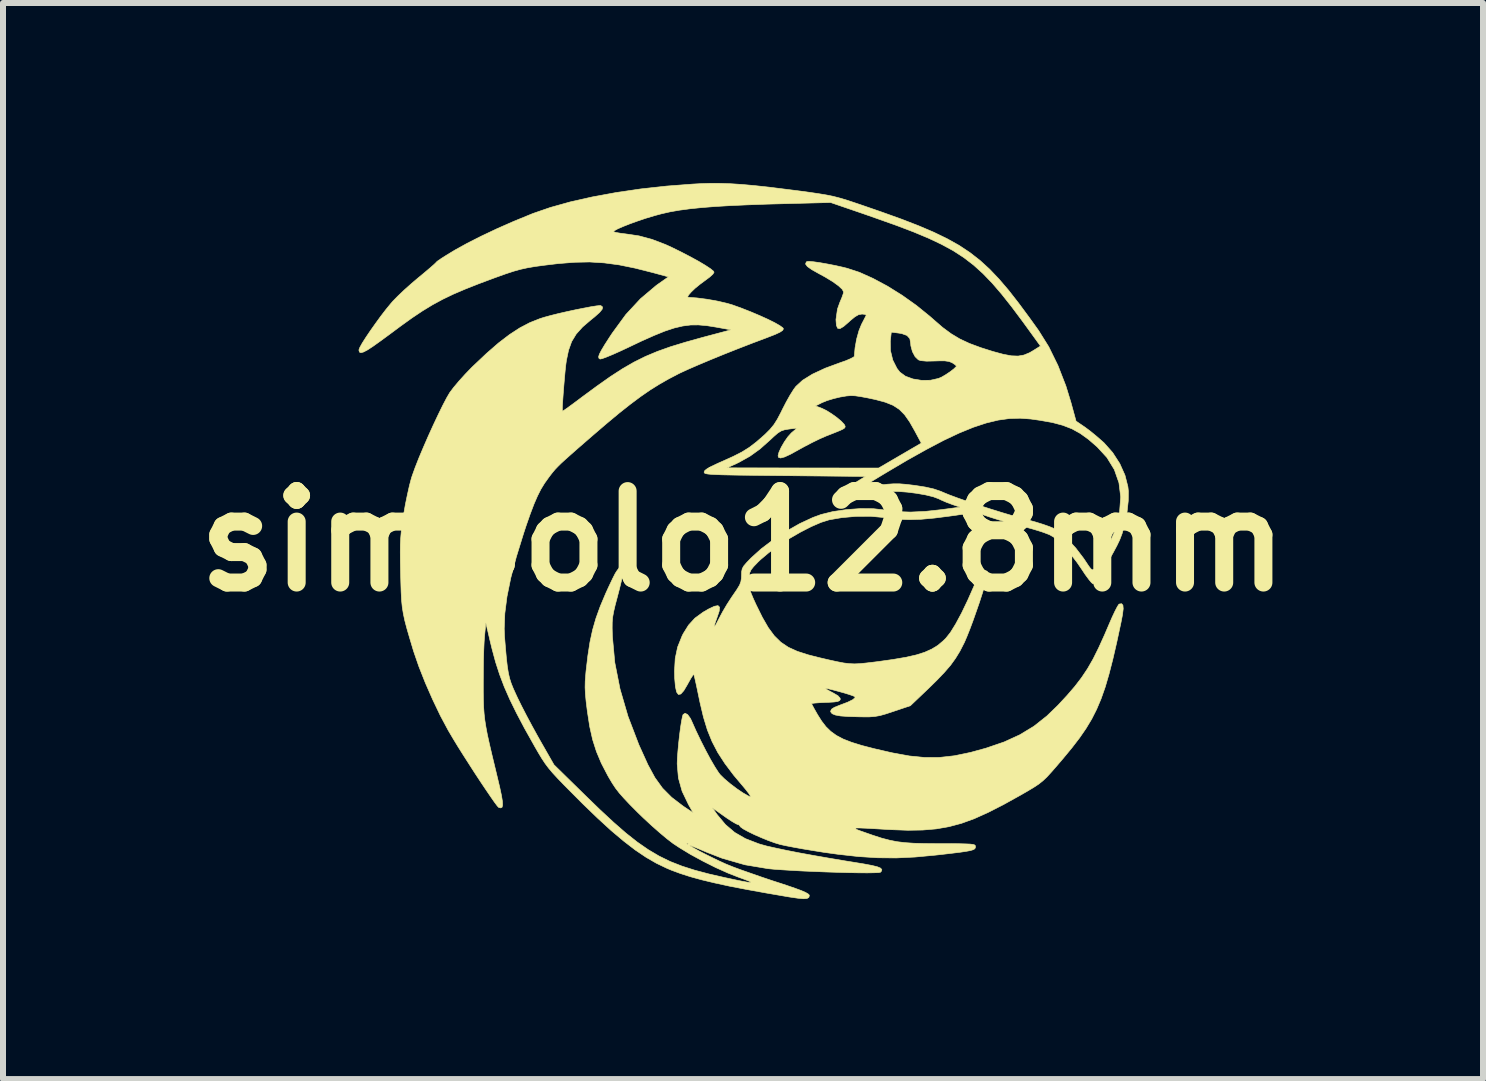
<source format=kicad_pcb>
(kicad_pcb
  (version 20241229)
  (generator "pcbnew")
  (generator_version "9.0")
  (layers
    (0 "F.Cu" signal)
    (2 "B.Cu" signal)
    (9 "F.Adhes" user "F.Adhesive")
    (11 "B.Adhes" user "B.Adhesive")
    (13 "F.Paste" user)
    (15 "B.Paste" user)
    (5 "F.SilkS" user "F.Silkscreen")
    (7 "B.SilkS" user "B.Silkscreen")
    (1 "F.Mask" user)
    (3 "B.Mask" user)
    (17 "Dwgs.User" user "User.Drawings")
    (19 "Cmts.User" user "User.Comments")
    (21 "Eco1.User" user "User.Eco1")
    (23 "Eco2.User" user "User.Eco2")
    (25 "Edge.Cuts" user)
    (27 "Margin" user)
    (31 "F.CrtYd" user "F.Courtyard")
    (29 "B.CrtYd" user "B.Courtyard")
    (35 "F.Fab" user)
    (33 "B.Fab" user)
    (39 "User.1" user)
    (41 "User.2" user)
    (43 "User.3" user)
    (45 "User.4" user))
  (footprint "simbolo12.8mm"
    (layer "F.Cu")
    (at 9.333 5.969)
    (property "Reference" "simbolo12.8mm" (at 0 0 0) (layer "F.SilkS") (effects (font (size 1.524 1.524) (thickness 0.3))))
    (attr through_hole)
    (fp_poly (pts (xy -0.376 -5.963) (xy -0.206 -5.957) (xy -0.019 -5.945) (xy 0.191 -5.926) (xy 0.433 -5.9) (xy 0.713 -5.865) (xy 0.912 -5.84) (xy 1.106 -5.814) (xy 1.261 -5.791) (xy 1.388 -5.77) (xy 1.498 -5.748) (xy 1.603 -5.721) (xy 1.713 -5.689) (xy 1.84 -5.647) (xy 1.953 -5.609) (xy 2.32 -5.482) (xy 2.643 -5.366) (xy 2.927 -5.256) (xy 3.178 -5.149) (xy 3.401 -5.041) (xy 3.6 -4.93) (xy 3.781 -4.81) (xy 3.949 -4.679) (xy 4.109 -4.533) (xy 4.266 -4.368) (xy 4.426 -4.181) (xy 4.593 -3.967) (xy 4.772 -3.725) (xy 4.925 -3.512) (xy 5.095 -3.24) (xy 5.248 -2.928) (xy 5.381 -2.586) (xy 5.464 -2.315) (xy 5.55 -2.001) (xy 5.698 -1.9) (xy 5.788 -1.833) (xy 5.894 -1.746) (xy 5.996 -1.657) (xy 6.017 -1.638) (xy 6.159 -1.478) (xy 6.278 -1.294) (xy 6.365 -1.1) (xy 6.414 -0.908) (xy 6.422 -0.834) (xy 6.42 -0.672) (xy 6.4 -0.487) (xy 6.364 -0.3) (xy 6.318 -0.128) (xy 6.277 -0.021) (xy 6.23 0.077) (xy 6.17 0.189) (xy 6.103 0.309) (xy 6.034 0.426) (xy 5.968 0.533) (xy 5.909 0.622) (xy 5.863 0.684) (xy 5.836 0.711) (xy 5.833 0.711) (xy 5.807 0.691) (xy 5.762 0.636) (xy 5.703 0.556) (xy 5.65 0.476) (xy 5.567 0.355) (xy 5.47 0.229) (xy 5.375 0.117) (xy 5.334 0.074) (xy 5.248 -0.011) (xy 5.177 -0.068) (xy 5.105 -0.109) (xy 5.013 -0.144) (xy 4.966 -0.16) (xy 4.836 -0.2) (xy 4.688 -0.241) (xy 4.552 -0.276) (xy 4.547 -0.277) (xy 4.415 -0.311) (xy 4.265 -0.354) (xy 4.126 -0.398) (xy 4.107 -0.404) (xy 3.883 -0.48) (xy 3.446 -0.418) (xy 3.188 -0.385) (xy 2.968 -0.365) (xy 2.773 -0.359) (xy 2.592 -0.365) (xy 2.414 -0.383) (xy 2.338 -0.395) (xy 2.125 -0.415) (xy 1.887 -0.414) (xy 1.643 -0.392) (xy 1.435 -0.356) (xy 1.299 -0.313) (xy 1.135 -0.242) (xy 0.956 -0.15) (xy 0.771 -0.043) (xy 0.592 0.073) (xy 0.429 0.192) (xy 0.292 0.307) (xy 0.249 0.348) (xy 0.177 0.423) (xy 0.134 0.477) (xy 0.112 0.525) (xy 0.103 0.583) (xy 0.1 0.648) (xy 0.101 0.723) (xy 0.11 0.791) (xy 0.133 0.865) (xy 0.172 0.959) (xy 0.215 1.053) (xy 0.321 1.268) (xy 0.42 1.44) (xy 0.521 1.577) (xy 0.63 1.684) (xy 0.755 1.768) (xy 0.905 1.836) (xy 1.086 1.894) (xy 1.257 1.938) (xy 1.433 1.979) (xy 1.57 2.009) (xy 1.679 2.03) (xy 1.771 2.041) (xy 1.857 2.045) (xy 1.949 2.041) (xy 2.056 2.03) (xy 2.191 2.014) (xy 2.248 2.007) (xy 2.503 1.971) (xy 2.713 1.935) (xy 2.886 1.896) (xy 3.028 1.851) (xy 3.146 1.798) (xy 3.247 1.736) (xy 3.337 1.66) (xy 3.379 1.619) (xy 3.456 1.522) (xy 3.544 1.38) (xy 3.642 1.198) (xy 3.747 0.979) (xy 3.837 0.775) (xy 3.892 0.649) (xy 3.934 0.565) (xy 3.968 0.514) (xy 3.997 0.491) (xy 4.01 0.487) (xy 4.061 0.497) (xy 4.079 0.518) (xy 4.077 0.556) (xy 4.059 0.633) (xy 4.028 0.741) (xy 3.987 0.873) (xy 3.94 1.019) (xy 3.887 1.171) (xy 3.834 1.322) (xy 3.781 1.464) (xy 3.732 1.587) (xy 3.69 1.685) (xy 3.683 1.699) (xy 3.614 1.834) (xy 3.541 1.953) (xy 3.458 2.068) (xy 3.356 2.186) (xy 3.229 2.319) (xy 3.087 2.458) (xy 2.789 2.742) (xy 2.506 2.837) (xy 2.379 2.879) (xy 2.283 2.906) (xy 2.198 2.921) (xy 2.108 2.928) (xy 1.994 2.928) (xy 1.93 2.927) (xy 1.756 2.922) (xy 1.626 2.913) (xy 1.538 2.897) (xy 1.485 2.875) (xy 1.462 2.846) (xy 1.46 2.833) (xy 1.475 2.8) (xy 1.524 2.768) (xy 1.613 2.733) (xy 1.745 2.683) (xy 1.83 2.641) (xy 1.867 2.608) (xy 1.863 2.591) (xy 1.833 2.577) (xy 1.769 2.555) (xy 1.684 2.529) (xy 1.59 2.503) (xy 1.5 2.479) (xy 1.426 2.461) (xy 1.38 2.452) (xy 1.372 2.453) (xy 1.392 2.469) (xy 1.446 2.5) (xy 1.5 2.528) (xy 1.582 2.576) (xy 1.618 2.617) (xy 1.621 2.636) (xy 1.609 2.657) (xy 1.578 2.671) (xy 1.518 2.68) (xy 1.419 2.686) (xy 1.378 2.687) (xy 1.276 2.692) (xy 1.196 2.698) (xy 1.15 2.704) (xy 1.143 2.708) (xy 1.155 2.735) (xy 1.187 2.794) (xy 1.232 2.873) (xy 1.242 2.891) (xy 1.311 3) (xy 1.382 3.092) (xy 1.462 3.17) (xy 1.556 3.238) (xy 1.67 3.298) (xy 1.809 3.352) (xy 1.98 3.405) (xy 2.189 3.459) (xy 2.441 3.517) (xy 2.5 3.53) (xy 2.775 3.58) (xy 3.028 3.605) (xy 3.274 3.604) (xy 3.525 3.576) (xy 3.793 3.52) (xy 4.051 3.449) (xy 4.352 3.346) (xy 4.614 3.226) (xy 4.848 3.084) (xy 5.064 2.913) (xy 5.247 2.736) (xy 5.401 2.57) (xy 5.531 2.419) (xy 5.642 2.274) (xy 5.741 2.126) (xy 5.834 1.964) (xy 5.926 1.779) (xy 6.024 1.563) (xy 6.099 1.388) (xy 6.151 1.268) (xy 6.199 1.166) (xy 6.238 1.091) (xy 6.264 1.051) (xy 6.269 1.048) (xy 6.309 1.042) (xy 6.331 1.067) (xy 6.336 1.126) (xy 6.324 1.225) (xy 6.3 1.35) (xy 6.229 1.681) (xy 6.163 1.967) (xy 6.099 2.216) (xy 6.035 2.434) (xy 5.967 2.627) (xy 5.893 2.802) (xy 5.811 2.964) (xy 5.716 3.122) (xy 5.607 3.28) (xy 5.48 3.445) (xy 5.333 3.623) (xy 5.227 3.747) (xy 5.136 3.851) (xy 5.063 3.931) (xy 4.996 3.994) (xy 4.927 4.049) (xy 4.842 4.105) (xy 4.733 4.17) (xy 4.62 4.235) (xy 4.337 4.392) (xy 4.084 4.521) (xy 3.855 4.624) (xy 3.641 4.702) (xy 3.431 4.758) (xy 3.219 4.795) (xy 2.994 4.814) (xy 2.749 4.818) (xy 2.475 4.808) (xy 2.384 4.803) (xy 2.195 4.792) (xy 2.053 4.784) (xy 1.954 4.78) (xy 1.893 4.78) (xy 1.868 4.785) (xy 1.875 4.795) (xy 1.908 4.811) (xy 1.965 4.832) (xy 1.994 4.842) (xy 2.165 4.902) (xy 2.31 4.949) (xy 2.44 4.983) (xy 2.565 5.008) (xy 2.696 5.024) (xy 2.844 5.034) (xy 3.02 5.039) (xy 3.235 5.041) (xy 3.264 5.041) (xy 3.455 5.041) (xy 3.602 5.042) (xy 3.709 5.045) (xy 3.784 5.048) (xy 3.832 5.054) (xy 3.859 5.062) (xy 3.871 5.074) (xy 3.873 5.089) (xy 3.873 5.092) (xy 3.871 5.112) (xy 3.86 5.128) (xy 3.835 5.142) (xy 3.79 5.156) (xy 3.72 5.169) (xy 3.619 5.184) (xy 3.481 5.201) (xy 3.301 5.222) (xy 3.2 5.233) (xy 2.867 5.264) (xy 2.552 5.279) (xy 2.243 5.276) (xy 1.925 5.256) (xy 1.583 5.218) (xy 1.344 5.185) (xy 1.171 5.157) (xy 1.001 5.129) (xy 0.846 5.101) (xy 0.716 5.076) (xy 0.625 5.056) (xy 0.62 5.055) (xy 0.527 5.027) (xy 0.417 4.987) (xy 0.3 4.939) (xy 0.186 4.889) (xy 0.084 4.839) (xy 0.005 4.796) (xy -0.042 4.762) (xy -0.051 4.749) (xy -0.071 4.726) (xy -0.083 4.724) (xy -0.116 4.71) (xy -0.18 4.673) (xy -0.263 4.619) (xy -0.314 4.583) (xy -0.513 4.442) (xy -0.429 4.56) (xy -0.292 4.724) (xy -0.139 4.854) (xy 0.041 4.958) (xy 0.259 5.042) (xy 0.291 5.052) (xy 0.395 5.081) (xy 0.542 5.114) (xy 0.726 5.153) (xy 0.94 5.195) (xy 1.176 5.238) (xy 1.428 5.282) (xy 1.689 5.326) (xy 1.838 5.35) (xy 2.015 5.379) (xy 2.147 5.404) (xy 2.237 5.426) (xy 2.291 5.448) (xy 2.313 5.472) (xy 2.307 5.498) (xy 2.291 5.517) (xy 2.259 5.523) (xy 2.184 5.526) (xy 2.071 5.528) (xy 1.928 5.527) (xy 1.762 5.524) (xy 1.579 5.519) (xy 1.386 5.513) (xy 1.19 5.505) (xy 0.998 5.497) (xy 0.817 5.487) (xy 0.653 5.477) (xy 0.513 5.467) (xy 0.419 5.458) (xy 0.031 5.393) (xy -0.348 5.284) (xy -0.6 5.186) (xy -0.71 5.139) (xy -0.8 5.102) (xy -0.863 5.077) (xy -0.889 5.069) (xy -0.889 5.069) (xy -0.868 5.087) (xy -0.809 5.121) (xy -0.724 5.168) (xy -0.62 5.221) (xy -0.507 5.277) (xy -0.395 5.331) (xy -0.292 5.378) (xy -0.241 5.399) (xy -0.148 5.436) (xy -0.017 5.484) (xy 0.14 5.539) (xy 0.312 5.599) (xy 0.49 5.659) (xy 0.546 5.677) (xy 0.729 5.737) (xy 0.868 5.785) (xy 0.969 5.822) (xy 1.038 5.852) (xy 1.08 5.875) (xy 1.101 5.894) (xy 1.105 5.908) (xy 1.096 5.938) (xy 1.065 5.955) (xy 1.006 5.959) (xy 0.911 5.95) (xy 0.774 5.93) (xy 0.762 5.928) (xy 0.39 5.864) (xy 0.064 5.805) (xy -0.222 5.75) (xy -0.47 5.696) (xy -0.687 5.644) (xy -0.877 5.592) (xy -1.045 5.538) (xy -1.194 5.483) (xy -1.272 5.45) (xy -1.443 5.368) (xy -1.616 5.268) (xy -1.797 5.146) (xy -1.989 4.998) (xy -2.197 4.823) (xy -2.424 4.615) (xy -2.675 4.373) (xy -2.848 4.199) (xy -2.984 4.062) (xy -3.09 3.952) (xy -3.174 3.861) (xy -3.241 3.781) (xy -3.298 3.705) (xy -3.353 3.622) (xy -3.411 3.526) (xy -3.479 3.408) (xy -3.481 3.404) (xy -3.641 3.119) (xy -3.774 2.867) (xy -3.886 2.639) (xy -3.979 2.427) (xy -4.057 2.221) (xy -4.124 2.014) (xy -4.183 1.795) (xy -4.215 1.664) (xy -4.263 1.458) (xy -3.98 1.458) (xy -3.975 1.587) (xy -3.958 1.793) (xy -3.943 1.958) (xy -3.928 2.089) (xy -3.911 2.195) (xy -3.89 2.287) (xy -3.863 2.371) (xy -3.828 2.458) (xy -3.784 2.555) (xy -3.758 2.611) (xy -3.692 2.745) (xy -3.609 2.906) (xy -3.517 3.078) (xy -3.425 3.245) (xy -3.38 3.325) (xy -3.151 3.726) (xy -2.636 4.231) (xy -2.383 4.476) (xy -2.158 4.685) (xy -1.953 4.864) (xy -1.762 5.015) (xy -1.58 5.141) (xy -1.399 5.248) (xy -1.213 5.339) (xy -1.016 5.416) (xy -0.803 5.484) (xy -0.565 5.547) (xy -0.298 5.608) (xy -0.269 5.614) (xy -0.119 5.646) (xy -0.012 5.668) (xy 0.06 5.681) (xy 0.102 5.687) (xy 0.122 5.686) (xy 0.127 5.68) (xy 0.105 5.668) (xy 0.046 5.644) (xy -0.039 5.613) (xy -0.07 5.602) (xy -0.251 5.531) (xy -0.456 5.439) (xy -0.669 5.332) (xy -0.877 5.219) (xy -1.061 5.107) (xy -1.159 5.042) (xy -0.94 5.042) (xy -0.927 5.055) (xy -0.914 5.042) (xy -0.927 5.029) (xy -0.94 5.042) (xy -1.159 5.042) (xy -1.168 5.036) (xy -1.267 4.96) (xy -1.39 4.857) (xy -1.525 4.738) (xy -1.661 4.612) (xy -1.759 4.517) (xy -1.887 4.388) (xy -1.985 4.284) (xy -2.062 4.197) (xy -2.124 4.117) (xy -2.179 4.034) (xy -2.235 3.94) (xy -2.257 3.901) (xy -2.362 3.699) (xy -2.443 3.506) (xy -2.506 3.309) (xy -2.555 3.091) (xy -2.594 2.839) (xy -2.595 2.832) (xy -2.615 2.671) (xy -2.627 2.544) (xy -2.632 2.437) (xy -2.63 2.335) (xy -2.621 2.221) (xy -2.617 2.172) (xy -2.586 1.908) (xy -2.551 1.682) (xy -2.507 1.478) (xy -2.451 1.284) (xy -2.379 1.085) (xy -2.287 0.867) (xy -2.239 0.762) (xy -2.176 0.629) (xy -2.129 0.536) (xy -2.092 0.479) (xy -2.063 0.45) (xy -2.044 0.445) (xy -2.018 0.449) (xy -2.003 0.468) (xy -1.999 0.506) (xy -2.007 0.57) (xy -2.028 0.666) (xy -2.061 0.801) (xy -2.094 0.927) (xy -2.132 1.07) (xy -2.157 1.178) (xy -2.173 1.268) (xy -2.18 1.352) (xy -2.181 1.447) (xy -2.178 1.567) (xy -2.176 1.6) (xy -2.137 2.024) (xy -2.05 2.464) (xy -1.917 2.92) (xy -1.736 3.393) (xy -1.585 3.726) (xy -1.469 3.94) (xy -1.342 4.116) (xy -1.19 4.269) (xy -1.003 4.412) (xy -0.993 4.419) (xy -0.83 4.528) (xy -0.908 4.391) (xy -1.015 4.168) (xy -1.077 3.946) (xy -1.097 3.713) (xy -1.097 3.706) (xy -1.094 3.614) (xy -1.085 3.498) (xy -1.073 3.367) (xy -1.058 3.233) (xy -1.042 3.108) (xy -1.025 3.001) (xy -1.01 2.924) (xy -0.999 2.889) (xy -0.965 2.868) (xy -0.923 2.89) (xy -0.878 2.952) (xy -0.859 2.991) (xy -0.785 3.157) (xy -0.704 3.326) (xy -0.621 3.489) (xy -0.541 3.638) (xy -0.468 3.763) (xy -0.408 3.856) (xy -0.381 3.891) (xy -0.31 3.961) (xy -0.214 4.042) (xy -0.106 4.124) (xy -0.001 4.195) (xy 0.088 4.246) (xy 0.117 4.259) (xy 0.124 4.251) (xy 0.101 4.211) (xy 0.051 4.146) (xy 0.024 4.113) (xy -0.157 3.898) (xy -0.303 3.704) (xy -0.421 3.522) (xy -0.516 3.339) (xy -0.594 3.147) (xy -0.659 2.934) (xy -0.717 2.689) (xy -0.736 2.598) (xy -0.763 2.468) (xy -0.787 2.357) (xy -0.806 2.273) (xy -0.818 2.226) (xy -0.821 2.219) (xy -0.836 2.235) (xy -0.869 2.286) (xy -0.912 2.362) (xy -0.926 2.388) (xy -0.987 2.491) (xy -1.037 2.547) (xy -1.077 2.555) (xy -1.107 2.514) (xy -1.127 2.424) (xy -1.139 2.285) (xy -1.142 2.167) (xy -1.13 1.954) (xy -1.09 1.765) (xy -1.016 1.58) (xy -0.997 1.542) (xy -0.908 1.399) (xy -0.802 1.283) (xy -0.665 1.183) (xy -0.575 1.131) (xy -0.478 1.085) (xy -0.417 1.074) (xy -0.391 1.1) (xy -0.397 1.165) (xy -0.428 1.258) (xy -0.464 1.359) (xy -0.48 1.414) (xy -0.475 1.424) (xy -0.45 1.387) (xy -0.407 1.303) (xy -0.396 1.282) (xy -0.34 1.177) (xy -0.267 1.053) (xy -0.19 0.934) (xy -0.168 0.902) (xy -0.101 0.804) (xy -0.058 0.733) (xy -0.036 0.675) (xy -0.027 0.617) (xy -0.025 0.571) (xy -0.023 0.507) (xy -0.013 0.458) (xy 0.013 0.412) (xy 0.062 0.355) (xy 0.133 0.281) (xy 0.301 0.129) (xy 0.502 -0.023) (xy 0.722 -0.166) (xy 0.946 -0.293) (xy 1.163 -0.394) (xy 1.299 -0.444) (xy 1.497 -0.493) (xy 1.721 -0.526) (xy 1.953 -0.543) (xy 2.174 -0.541) (xy 2.35 -0.521) (xy 2.567 -0.493) (xy 2.791 -0.485) (xy 3.035 -0.496) (xy 3.301 -0.525) (xy 3.618 -0.567) (xy 3.491 -0.61) (xy 3.392 -0.647) (xy 3.293 -0.69) (xy 3.262 -0.706) (xy 3.171 -0.74) (xy 3.044 -0.771) (xy 2.896 -0.797) (xy 2.74 -0.817) (xy 2.592 -0.828) (xy 2.466 -0.828) (xy 2.438 -0.826) (xy 2.344 -0.815) (xy 2.219 -0.797) (xy 2.079 -0.777) (xy 1.971 -0.759) (xy 1.851 -0.741) (xy 1.747 -0.727) (xy 1.671 -0.721) (xy 1.634 -0.722) (xy 1.602 -0.748) (xy 1.613 -0.787) (xy 1.667 -0.841) (xy 1.75 -0.9) (xy 1.989 -0.9) (xy 2.015 -0.902) (xy 2.08 -0.909) (xy 2.175 -0.921) (xy 2.273 -0.933) (xy 2.403 -0.949) (xy 2.508 -0.956) (xy 2.606 -0.956) (xy 2.717 -0.947) (xy 2.859 -0.93) (xy 2.86 -0.93) (xy 3.038 -0.902) (xy 3.179 -0.87) (xy 3.297 -0.83) (xy 3.333 -0.814) (xy 3.435 -0.772) (xy 3.575 -0.72) (xy 3.743 -0.661) (xy 3.931 -0.598) (xy 4.128 -0.535) (xy 4.324 -0.474) (xy 4.509 -0.419) (xy 4.672 -0.373) (xy 4.736 -0.357) (xy 4.869 -0.321) (xy 4.998 -0.281) (xy 5.106 -0.243) (xy 5.172 -0.215) (xy 5.288 -0.141) (xy 5.415 -0.027) (xy 5.547 0.117) (xy 5.675 0.285) (xy 5.71 0.337) (xy 5.759 0.411) (xy 5.796 0.46) (xy 5.826 0.479) (xy 5.857 0.466) (xy 5.894 0.418) (xy 5.945 0.332) (xy 6.015 0.206) (xy 6.017 0.203) (xy 6.116 0.015) (xy 6.188 -0.15) (xy 6.239 -0.305) (xy 6.273 -0.467) (xy 6.275 -0.482) (xy 6.294 -0.737) (xy 6.265 -0.973) (xy 6.188 -1.193) (xy 6.064 -1.395) (xy 5.902 -1.571) (xy 5.758 -1.696) (xy 5.621 -1.795) (xy 5.482 -1.872) (xy 5.33 -1.931) (xy 5.154 -1.978) (xy 4.944 -2.015) (xy 4.796 -2.036) (xy 4.62 -2.049) (xy 4.44 -2.044) (xy 4.253 -2.018) (xy 4.054 -1.97) (xy 3.839 -1.899) (xy 3.604 -1.803) (xy 3.345 -1.681) (xy 3.058 -1.53) (xy 2.738 -1.351) (xy 2.472 -1.194) (xy 2.331 -1.11) (xy 2.207 -1.035) (xy 2.106 -0.973) (xy 2.032 -0.928) (xy 1.994 -0.903) (xy 1.989 -0.9) (xy 1.75 -0.9) (xy 1.766 -0.911) (xy 1.82 -0.945) (xy 2.04 -1.079) (xy 0.696 -1.092) (xy 0.401 -1.095) (xy 0.152 -1.098) (xy -0.054 -1.1) (xy -0.222 -1.103) (xy -0.354 -1.106) (xy -0.456 -1.11) (xy -0.531 -1.114) (xy -0.584 -1.119) (xy -0.618 -1.125) (xy -0.637 -1.132) (xy -0.646 -1.141) (xy -0.648 -1.151) (xy -0.648 -1.152) (xy -0.636 -1.178) (xy -0.597 -1.208) (xy -0.573 -1.222) (xy -0.267 -1.222) (xy 0.997 -1.22) (xy 2.26 -1.219) (xy 2.971 -1.634) (xy 2.863 -1.836) (xy 2.776 -1.989) (xy 2.693 -2.107) (xy 2.605 -2.196) (xy 2.501 -2.264) (xy 2.371 -2.316) (xy 2.208 -2.36) (xy 2.081 -2.387) (xy 1.958 -2.41) (xy 1.868 -2.423) (xy 1.795 -2.426) (xy 1.722 -2.42) (xy 1.635 -2.405) (xy 1.621 -2.403) (xy 1.509 -2.376) (xy 1.4 -2.343) (xy 1.319 -2.31) (xy 1.318 -2.31) (xy 1.208 -2.254) (xy 1.316 -2.213) (xy 1.392 -2.176) (xy 1.478 -2.122) (xy 1.563 -2.061) (xy 1.636 -2) (xy 1.686 -1.947) (xy 1.702 -1.916) (xy 1.7 -1.899) (xy 1.69 -1.884) (xy 1.664 -1.867) (xy 1.615 -1.844) (xy 1.534 -1.811) (xy 1.415 -1.764) (xy 1.391 -1.755) (xy 1.285 -1.709) (xy 1.155 -1.646) (xy 1.019 -1.575) (xy 0.925 -1.523) (xy 0.789 -1.448) (xy 0.691 -1.403) (xy 0.626 -1.386) (xy 0.592 -1.396) (xy 0.584 -1.423) (xy 0.599 -1.483) (xy 0.637 -1.566) (xy 0.69 -1.657) (xy 0.749 -1.741) (xy 0.804 -1.802) (xy 0.808 -1.806) (xy 0.902 -1.885) (xy 0.762 -1.868) (xy 0.691 -1.856) (xy 0.635 -1.837) (xy 0.579 -1.802) (xy 0.51 -1.742) (xy 0.457 -1.692) (xy 0.283 -1.537) (xy 0.115 -1.416) (xy -0.064 -1.316) (xy -0.109 -1.294) (xy -0.267 -1.222) (xy -0.573 -1.222) (xy -0.525 -1.248) (xy -0.414 -1.3) (xy -0.341 -1.332) (xy -0.162 -1.413) (xy -0.017 -1.487) (xy 0.106 -1.564) (xy 0.222 -1.653) (xy 0.346 -1.761) (xy 0.369 -1.782) (xy 0.45 -1.863) (xy 0.515 -1.942) (xy 0.572 -2.032) (xy 0.634 -2.15) (xy 0.657 -2.198) (xy 0.719 -2.318) (xy 0.784 -2.434) (xy 0.845 -2.531) (xy 0.881 -2.579) (xy 0.993 -2.682) (xy 1.156 -2.783) (xy 1.368 -2.882) (xy 1.609 -2.971) (xy 1.712 -3.007) (xy 1.793 -3.042) (xy 1.844 -3.069) (xy 1.855 -3.082) (xy 1.867 -3.222) (xy 1.887 -3.333) (xy 2.454 -3.333) (xy 2.457 -3.176) (xy 2.495 -3.019) (xy 2.565 -2.88) (xy 2.613 -2.818) (xy 2.707 -2.749) (xy 2.833 -2.703) (xy 2.977 -2.68) (xy 3.123 -2.682) (xy 3.257 -2.712) (xy 3.309 -2.734) (xy 3.379 -2.775) (xy 3.452 -2.824) (xy 3.513 -2.871) (xy 3.55 -2.907) (xy 3.556 -2.918) (xy 3.536 -2.94) (xy 3.488 -2.972) (xy 3.485 -2.974) (xy 3.433 -2.995) (xy 3.363 -3.005) (xy 3.261 -3.005) (xy 3.197 -3.003) (xy 3.058 -3) (xy 2.962 -3.009) (xy 2.923 -3.022) (xy 2.868 -3.075) (xy 2.823 -3.159) (xy 2.797 -3.256) (xy 2.794 -3.296) (xy 2.78 -3.376) (xy 2.733 -3.428) (xy 2.647 -3.459) (xy 2.601 -3.467) (xy 2.471 -3.484) (xy 2.454 -3.333) (xy 1.887 -3.333) (xy 1.894 -3.371) (xy 1.932 -3.508) (xy 1.974 -3.612) (xy 2.013 -3.687) (xy 2.042 -3.744) (xy 2.053 -3.766) (xy 2.037 -3.779) (xy 1.987 -3.785) (xy 1.982 -3.785) (xy 1.926 -3.775) (xy 1.865 -3.74) (xy 1.786 -3.675) (xy 1.765 -3.655) (xy 1.676 -3.578) (xy 1.615 -3.542) (xy 1.576 -3.549) (xy 1.556 -3.598) (xy 1.549 -3.691) (xy 1.549 -3.694) (xy 1.574 -3.869) (xy 1.613 -3.978) (xy 1.647 -4.059) (xy 1.67 -4.124) (xy 1.676 -4.154) (xy 1.654 -4.197) (xy 1.591 -4.256) (xy 1.494 -4.326) (xy 1.369 -4.402) (xy 1.264 -4.459) (xy 1.145 -4.526) (xy 1.072 -4.578) (xy 1.042 -4.619) (xy 1.054 -4.652) (xy 1.066 -4.66) (xy 1.103 -4.663) (xy 1.179 -4.656) (xy 1.284 -4.641) (xy 1.409 -4.619) (xy 1.542 -4.593) (xy 1.675 -4.563) (xy 1.734 -4.548) (xy 1.939 -4.481) (xy 2.166 -4.379) (xy 2.407 -4.25) (xy 2.651 -4.098) (xy 2.889 -3.929) (xy 3.111 -3.749) (xy 3.175 -3.693) (xy 3.326 -3.562) (xy 3.468 -3.457) (xy 3.613 -3.37) (xy 3.774 -3.295) (xy 3.963 -3.225) (xy 4.162 -3.162) (xy 4.335 -3.115) (xy 4.473 -3.089) (xy 4.585 -3.085) (xy 4.682 -3.102) (xy 4.776 -3.141) (xy 4.839 -3.178) (xy 4.957 -3.252) (xy 4.861 -3.385) (xy 4.66 -3.662) (xy 4.479 -3.904) (xy 4.312 -4.115) (xy 4.154 -4.299) (xy 3.999 -4.46) (xy 3.843 -4.601) (xy 3.679 -4.727) (xy 3.503 -4.841) (xy 3.308 -4.947) (xy 3.09 -5.05) (xy 2.844 -5.153) (xy 2.563 -5.26) (xy 2.242 -5.374) (xy 1.994 -5.461) (xy 1.46 -5.644) (xy 0.787 -5.627) (xy 0.408 -5.617) (xy 0.075 -5.605) (xy -0.216 -5.592) (xy -0.471 -5.577) (xy -0.694 -5.559) (xy -0.889 -5.539) (xy -1.061 -5.516) (xy -1.215 -5.489) (xy -1.356 -5.457) (xy -1.479 -5.424) (xy -1.622 -5.381) (xy -1.761 -5.334) (xy -1.891 -5.287) (xy -2.002 -5.243) (xy -2.089 -5.205) (xy -2.143 -5.175) (xy -2.157 -5.157) (xy -2.155 -5.155) (xy -2.113 -5.144) (xy -2.038 -5.131) (xy -1.957 -5.121) (xy -1.734 -5.088) (xy -1.518 -5.03) (xy -1.293 -4.944) (xy -1.196 -4.9) (xy -1.033 -4.82) (xy -0.879 -4.74) (xy -0.742 -4.665) (xy -0.628 -4.597) (xy -0.543 -4.541) (xy -0.493 -4.5) (xy -0.483 -4.482) (xy -0.502 -4.451) (xy -0.554 -4.403) (xy -0.626 -4.349) (xy -0.629 -4.347) (xy -0.718 -4.281) (xy -0.8 -4.214) (xy -0.865 -4.151) (xy -0.909 -4.101) (xy -0.923 -4.07) (xy -0.913 -4.064) (xy -0.77 -4.054) (xy -0.601 -4.032) (xy -0.426 -4.001) (xy -0.267 -3.964) (xy -0.181 -3.939) (xy -0.028 -3.884) (xy 0.127 -3.823) (xy 0.276 -3.76) (xy 0.411 -3.699) (xy 0.526 -3.642) (xy 0.612 -3.593) (xy 0.663 -3.556) (xy 0.673 -3.539) (xy 0.66 -3.513) (xy 0.615 -3.483) (xy 0.534 -3.445) (xy 0.41 -3.397) (xy 0.406 -3.395) (xy 0.166 -3.305) (xy -0.077 -3.211) (xy -0.314 -3.117) (xy -0.537 -3.026) (xy -0.739 -2.941) (xy -0.912 -2.866) (xy -1.047 -2.804) (xy -1.079 -2.788) (xy -1.24 -2.704) (xy -1.394 -2.616) (xy -1.548 -2.52) (xy -1.707 -2.41) (xy -1.877 -2.283) (xy -2.064 -2.135) (xy -2.273 -1.961) (xy -2.511 -1.757) (xy -2.603 -1.677) (xy -2.755 -1.545) (xy -2.874 -1.44) (xy -2.966 -1.358) (xy -3.036 -1.294) (xy -3.089 -1.241) (xy -3.133 -1.195) (xy -3.171 -1.15) (xy -3.21 -1.1) (xy -3.24 -1.06) (xy -3.308 -0.965) (xy -3.369 -0.865) (xy -3.426 -0.752) (xy -3.484 -0.618) (xy -3.546 -0.455) (xy -3.616 -0.255) (xy -3.658 -0.127) (xy -3.778 0.261) (xy -3.87 0.61) (xy -3.934 0.924) (xy -3.97 1.205) (xy -3.98 1.458) (xy -4.263 1.458) (xy -4.286 1.359) (xy -4.308 1.587) (xy -4.315 1.684) (xy -4.321 1.82) (xy -4.326 1.982) (xy -4.328 2.159) (xy -4.329 2.339) (xy -4.329 2.362) (xy -4.329 2.519) (xy -4.327 2.651) (xy -4.323 2.768) (xy -4.315 2.876) (xy -4.303 2.983) (xy -4.285 3.096) (xy -4.261 3.224) (xy -4.228 3.374) (xy -4.186 3.554) (xy -4.134 3.77) (xy -4.098 3.92) (xy -4.055 4.101) (xy -4.026 4.237) (xy -4.01 4.335) (xy -4.007 4.399) (xy -4.016 4.434) (xy -4.038 4.445) (xy -4.071 4.438) (xy -4.095 4.413) (xy -4.141 4.352) (xy -4.205 4.26) (xy -4.284 4.144) (xy -4.374 4.01) (xy -4.47 3.864) (xy -4.567 3.713) (xy -4.663 3.563) (xy -4.753 3.42) (xy -4.832 3.29) (xy -4.897 3.18) (xy -4.914 3.151) (xy -5.044 2.908) (xy -5.173 2.638) (xy -5.295 2.36) (xy -5.402 2.089) (xy -5.488 1.84) (xy -5.496 1.814) (xy -5.555 1.617) (xy -5.601 1.459) (xy -5.636 1.327) (xy -5.661 1.21) (xy -5.679 1.099) (xy -5.691 0.98) (xy -5.698 0.845) (xy -5.703 0.681) (xy -5.707 0.533) (xy -5.711 0.34) (xy -5.712 0.186) (xy -5.711 0.059) (xy -5.705 -0.052) (xy -5.696 -0.159) (xy -5.682 -0.274) (xy -5.662 -0.407) (xy -5.655 -0.451) (xy -5.627 -0.613) (xy -5.593 -0.777) (xy -5.559 -0.929) (xy -5.526 -1.053) (xy -5.513 -1.092) (xy -5.465 -1.226) (xy -5.402 -1.386) (xy -5.327 -1.564) (xy -5.246 -1.75) (xy -5.162 -1.935) (xy -5.08 -2.109) (xy -5.004 -2.264) (xy -4.938 -2.39) (xy -4.887 -2.477) (xy -4.823 -2.562) (xy -4.734 -2.668) (xy -4.629 -2.784) (xy -4.52 -2.897) (xy -4.499 -2.917) (xy -4.276 -3.128) (xy -4.076 -3.302) (xy -3.893 -3.442) (xy -3.721 -3.554) (xy -3.553 -3.642) (xy -3.384 -3.709) (xy -3.311 -3.732) (xy -3.205 -3.761) (xy -3.077 -3.793) (xy -2.937 -3.825) (xy -2.794 -3.856) (xy -2.658 -3.883) (xy -2.539 -3.906) (xy -2.444 -3.921) (xy -2.385 -3.927) (xy -2.37 -3.926) (xy -2.341 -3.903) (xy -2.347 -3.866) (xy -2.391 -3.812) (xy -2.475 -3.737) (xy -2.528 -3.695) (xy -2.674 -3.57) (xy -2.78 -3.452) (xy -2.856 -3.327) (xy -2.908 -3.182) (xy -2.944 -3.01) (xy -2.954 -2.936) (xy -2.965 -2.834) (xy -2.976 -2.713) (xy -2.987 -2.583) (xy -2.997 -2.456) (xy -3.005 -2.34) (xy -3.011 -2.246) (xy -3.012 -2.184) (xy -3.011 -2.165) (xy -2.99 -2.177) (xy -2.935 -2.215) (xy -2.854 -2.274) (xy -2.754 -2.348) (xy -2.684 -2.401) (xy -2.434 -2.585) (xy -2.213 -2.741) (xy -2.011 -2.872) (xy -1.819 -2.983) (xy -1.628 -3.078) (xy -1.428 -3.162) (xy -1.209 -3.24) (xy -0.964 -3.315) (xy -0.681 -3.394) (xy -0.614 -3.412) (xy -0.2 -3.522) (xy -0.453 -3.568) (xy -0.604 -3.592) (xy -0.742 -3.604) (xy -0.873 -3.603) (xy -1.005 -3.586) (xy -1.146 -3.553) (xy -1.303 -3.501) (xy -1.483 -3.428) (xy -1.694 -3.334) (xy -1.904 -3.234) (xy -2.043 -3.169) (xy -2.168 -3.113) (xy -2.272 -3.07) (xy -2.345 -3.043) (xy -2.382 -3.035) (xy -2.383 -3.035) (xy -2.402 -3.049) (xy -2.407 -3.074) (xy -2.394 -3.116) (xy -2.361 -3.18) (xy -2.306 -3.272) (xy -2.225 -3.398) (xy -2.178 -3.469) (xy -1.953 -3.777) (xy -1.71 -4.039) (xy -1.446 -4.262) (xy -1.401 -4.294) (xy -1.243 -4.405) (xy -1.504 -4.476) (xy -1.801 -4.551) (xy -2.066 -4.605) (xy -2.313 -4.638) (xy -2.555 -4.653) (xy -2.807 -4.648) (xy -3.083 -4.626) (xy -3.308 -4.599) (xy -3.465 -4.578) (xy -3.593 -4.556) (xy -3.707 -4.531) (xy -3.822 -4.499) (xy -3.953 -4.456) (xy -4.115 -4.398) (xy -4.132 -4.392) (xy -4.4 -4.292) (xy -4.628 -4.202) (xy -4.827 -4.117) (xy -5.006 -4.031) (xy -5.174 -3.94) (xy -5.34 -3.839) (xy -5.515 -3.722) (xy -5.707 -3.584) (xy -5.875 -3.459) (xy -6.037 -3.34) (xy -6.163 -3.25) (xy -6.257 -3.188) (xy -6.324 -3.153) (xy -6.368 -3.141) (xy -6.392 -3.151) (xy -6.401 -3.181) (xy -6.401 -3.189) (xy -6.386 -3.229) (xy -6.346 -3.301) (xy -6.285 -3.397) (xy -6.21 -3.508) (xy -6.125 -3.628) (xy -6.038 -3.748) (xy -5.952 -3.86) (xy -5.874 -3.955) (xy -5.838 -3.997) (xy -5.756 -4.081) (xy -5.648 -4.184) (xy -5.527 -4.292) (xy -5.407 -4.394) (xy -5.399 -4.4) (xy -5.298 -4.484) (xy -5.212 -4.557) (xy -5.148 -4.613) (xy -5.113 -4.647) (xy -5.11 -4.652) (xy -5.086 -4.672) (xy -5.026 -4.713) (xy -4.939 -4.768) (xy -4.832 -4.833) (xy -4.795 -4.855) (xy -4.596 -4.965) (xy -4.361 -5.084) (xy -4.099 -5.208) (xy -3.824 -5.329) (xy -3.546 -5.443) (xy -3.502 -5.461) (xy -3.212 -5.561) (xy -2.88 -5.654) (xy -2.512 -5.737) (xy -2.116 -5.81) (xy -1.701 -5.871) (xy -1.273 -5.918) (xy -0.84 -5.951) (xy -0.696 -5.959) (xy -0.537 -5.964) (xy -0.376 -5.963)) (stroke (width 0.01) (type solid)) (fill yes) (layer "F.SilkS")))
  (gr_rect
    (start -3 -3)
    (end 21.665 14.933)
    (stroke (width 0.1) (type default))
    (fill no)
    (layer "Edge.Cuts")))
</source>
